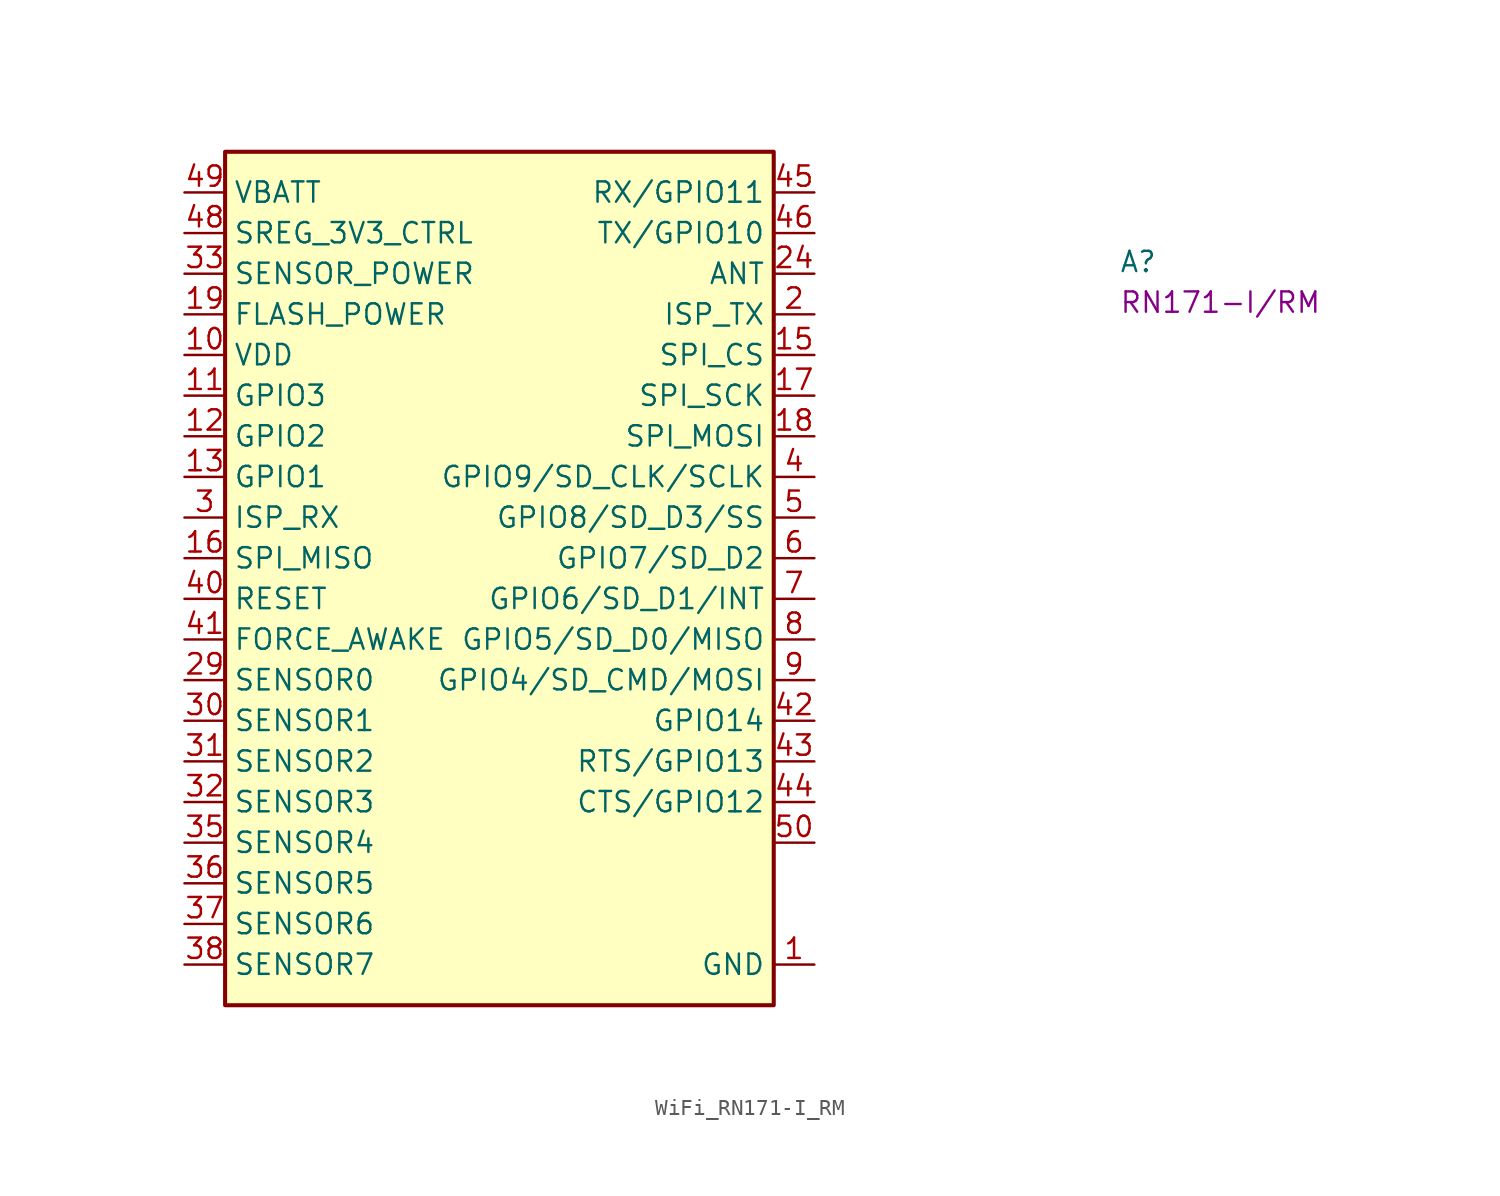
<source format=kicad_sym>
(kicad_symbol_lib
  (version 20220914)
  (generator kicad_symbol_editor)
  (symbol "WiFi_RN171-I_RM"
    (property "Reference" "A"
      (at 58.42 -5.08 0)
      (effects (font (size 1.27 1.27) (thickness 0.15)) (justify left bottom)))
    (property "MPN" "RN171-I/RM"
      (at 58.42 -7.62 0)
      (effects (font (size 1.27 1.27) (thickness 0.15)) (justify left bottom)))
    (symbol "WiFi_RN171-I_RM_1_1"
      (rectangle (start 2.54 2.54) (end 36.83 -50.8) (stroke (width 0.254) (type default)) (fill (type background)))
      (pin power_in line (at 39.37 -48.26 180) (length 2.54) (name "GND" (effects (font (size 1.27 1.27)))) (number "1" (effects (font (size 1.27 1.27)))))
      (pin power_in line (at 0 -10.16 0) (length 2.54) (name "VDD" (effects (font (size 1.27 1.27)))) (number "10" (effects (font (size 1.27 1.27)))))
      (pin bidirectional line (at 0 -12.7 0) (length 2.54) (name "GPIO3" (effects (font (size 1.27 1.27)))) (number "11" (effects (font (size 1.27 1.27)))))
      (pin bidirectional line (at 0 -15.24 0) (length 2.54) (name "GPIO2" (effects (font (size 1.27 1.27)))) (number "12" (effects (font (size 1.27 1.27)))))
      (pin bidirectional line (at 0 -17.78 0) (length 2.54) (name "GPIO1" (effects (font (size 1.27 1.27)))) (number "13" (effects (font (size 1.27 1.27)))))
      (pin passive line (at 39.37 -48.26 180) (length 2.54) hide (name "GND" (effects (font (size 1.27 1.27)))) (number "14" (effects (font (size 1.27 1.27)))))
      (pin output line (at 39.37 -10.16 180) (length 2.54) (name "SPI_CS" (effects (font (size 1.27 1.27)))) (number "15" (effects (font (size 1.27 1.27)))))
      (pin input line (at 0 -22.86 0) (length 2.54) (name "SPI_MISO" (effects (font (size 1.27 1.27)))) (number "16" (effects (font (size 1.27 1.27)))))
      (pin output line (at 39.37 -12.7 180) (length 2.54) (name "SPI_SCK" (effects (font (size 1.27 1.27)))) (number "17" (effects (font (size 1.27 1.27)))))
      (pin output line (at 39.37 -15.24 180) (length 2.54) (name "SPI_MOSI" (effects (font (size 1.27 1.27)))) (number "18" (effects (font (size 1.27 1.27)))))
      (pin power_in line (at 0 -7.62 0) (length 2.54) (name "FLASH_POWER" (effects (font (size 1.27 1.27)))) (number "19" (effects (font (size 1.27 1.27)))))
      (pin output line (at 39.37 -7.62 180) (length 2.54) (name "ISP_TX" (effects (font (size 1.27 1.27)))) (number "2" (effects (font (size 1.27 1.27)))))
      (pin passive line (at 39.37 -48.26 180) (length 2.54) hide (name "GND" (effects (font (size 1.27 1.27)))) (number "20" (effects (font (size 1.27 1.27)))))
      (pin passive line (at 39.37 -48.26 180) (length 2.54) hide (name "GND" (effects (font (size 1.27 1.27)))) (number "21" (effects (font (size 1.27 1.27)))))
      (pin passive line (at 39.37 -48.26 180) (length 2.54) hide (name "GND" (effects (font (size 1.27 1.27)))) (number "22" (effects (font (size 1.27 1.27)))))
      (pin passive line (at 39.37 -48.26 180) (length 2.54) hide (name "GND" (effects (font (size 1.27 1.27)))) (number "23" (effects (font (size 1.27 1.27)))))
      (pin bidirectional line (at 39.37 -5.08 180) (length 2.54) (name "ANT" (effects (font (size 1.27 1.27)))) (number "24" (effects (font (size 1.27 1.27)))))
      (pin passive line (at 39.37 -48.26 180) (length 2.54) hide (name "GND" (effects (font (size 1.27 1.27)))) (number "25" (effects (font (size 1.27 1.27)))))
      (pin passive line (at 39.37 -48.26 180) (length 2.54) hide (name "GND" (effects (font (size 1.27 1.27)))) (number "26" (effects (font (size 1.27 1.27)))))
      (pin passive line (at 39.37 -48.26 180) (length 2.54) hide (name "GND" (effects (font (size 1.27 1.27)))) (number "27" (effects (font (size 1.27 1.27)))))
      (pin passive line (at 39.37 -48.26 180) (length 2.54) hide (name "GND" (effects (font (size 1.27 1.27)))) (number "28" (effects (font (size 1.27 1.27)))))
      (pin input line (at 0 -30.48 0) (length 2.54) (name "SENSOR0" (effects (font (size 1.27 1.27)))) (number "29" (effects (font (size 1.27 1.27)))))
      (pin input line (at 0 -20.32 0) (length 2.54) (name "ISP_RX" (effects (font (size 1.27 1.27)))) (number "3" (effects (font (size 1.27 1.27)))))
      (pin input line (at 0 -33.02 0) (length 2.54) (name "SENSOR1" (effects (font (size 1.27 1.27)))) (number "30" (effects (font (size 1.27 1.27)))))
      (pin input line (at 0 -35.56 0) (length 2.54) (name "SENSOR2" (effects (font (size 1.27 1.27)))) (number "31" (effects (font (size 1.27 1.27)))))
      (pin input line (at 0 -38.1 0) (length 2.54) (name "SENSOR3" (effects (font (size 1.27 1.27)))) (number "32" (effects (font (size 1.27 1.27)))))
      (pin power_in line (at 0 -5.08 0) (length 2.54) (name "SENSOR_POWER" (effects (font (size 1.27 1.27)))) (number "33" (effects (font (size 1.27 1.27)))))
      (pin passive line (at 0 -10.16 0) (length 2.54) hide (name "VDD" (effects (font (size 1.27 1.27)))) (number "34" (effects (font (size 1.27 1.27)))))
      (pin input line (at 0 -40.64 0) (length 2.54) (name "SENSOR4" (effects (font (size 1.27 1.27)))) (number "35" (effects (font (size 1.27 1.27)))))
      (pin input line (at 0 -43.18 0) (length 2.54) (name "SENSOR5" (effects (font (size 1.27 1.27)))) (number "36" (effects (font (size 1.27 1.27)))))
      (pin input line (at 0 -45.72 0) (length 2.54) (name "SENSOR6" (effects (font (size 1.27 1.27)))) (number "37" (effects (font (size 1.27 1.27)))))
      (pin input line (at 0 -48.26 0) (length 2.54) (name "SENSOR7" (effects (font (size 1.27 1.27)))) (number "38" (effects (font (size 1.27 1.27)))))
      (pin passive line (at 39.37 -48.26 180) (length 2.54) hide (name "GND" (effects (font (size 1.27 1.27)))) (number "39" (effects (font (size 1.27 1.27)))))
      (pin bidirectional line (at 39.37 -17.78 180) (length 2.54) (name "GPIO9/SD_CLK/SCLK" (effects (font (size 1.27 1.27)))) (number "4" (effects (font (size 1.27 1.27)))))
      (pin input line (at 0 -25.4 0) (length 2.54) (name "RESET" (effects (font (size 1.27 1.27)))) (number "40" (effects (font (size 1.27 1.27)))))
      (pin input line (at 0 -27.94 0) (length 2.54) (name "FORCE_AWAKE" (effects (font (size 1.27 1.27)))) (number "41" (effects (font (size 1.27 1.27)))))
      (pin bidirectional line (at 39.37 -33.02 180) (length 2.54) (name "GPIO14" (effects (font (size 1.27 1.27)))) (number "42" (effects (font (size 1.27 1.27)))))
      (pin bidirectional line (at 39.37 -35.56 180) (length 2.54) (name "RTS/GPIO13" (effects (font (size 1.27 1.27)))) (number "43" (effects (font (size 1.27 1.27)))))
      (pin bidirectional line (at 39.37 -38.1 180) (length 2.54) (name "CTS/GPIO12" (effects (font (size 1.27 1.27)))) (number "44" (effects (font (size 1.27 1.27)))))
      (pin bidirectional line (at 39.37 0 180) (length 2.54) (name "RX/GPIO11" (effects (font (size 1.27 1.27)))) (number "45" (effects (font (size 1.27 1.27)))))
      (pin bidirectional line (at 39.37 -2.54 180) (length 2.54) (name "TX/GPIO10" (effects (font (size 1.27 1.27)))) (number "46" (effects (font (size 1.27 1.27)))))
      (pin passive line (at 39.37 -48.26 180) (length 2.54) hide (name "GND" (effects (font (size 1.27 1.27)))) (number "47" (effects (font (size 1.27 1.27)))))
      (pin power_in line (at 0 -2.54 0) (length 2.54) (name "SREG_3V3_CTRL" (effects (font (size 1.27 1.27)))) (number "48" (effects (font (size 1.27 1.27)))))
      (pin power_in line (at 0 0 0) (length 2.54) (name "VBATT" (effects (font (size 1.27 1.27)))) (number "49" (effects (font (size 1.27 1.27)))))
      (pin bidirectional line (at 39.37 -20.32 180) (length 2.54) (name "GPIO8/SD_D3/SS" (effects (font (size 1.27 1.27)))) (number "5" (effects (font (size 1.27 1.27)))))
      (pin unspecified line (at 39.37 -40.64 180) (length 2.54) (name "~" (effects (font (size 1.27 1.27)))) (number "50" (effects (font (size 1.27 1.27)))))
      (pin bidirectional line (at 39.37 -22.86 180) (length 2.54) (name "GPIO7/SD_D2" (effects (font (size 1.27 1.27)))) (number "6" (effects (font (size 1.27 1.27)))))
      (pin bidirectional line (at 39.37 -25.4 180) (length 2.54) (name "GPIO6/SD_D1/INT" (effects (font (size 1.27 1.27)))) (number "7" (effects (font (size 1.27 1.27)))))
      (pin bidirectional line (at 39.37 -27.94 180) (length 2.54) (name "GPIO5/SD_D0/MISO" (effects (font (size 1.27 1.27)))) (number "8" (effects (font (size 1.27 1.27)))))
      (pin bidirectional line (at 39.37 -30.48 180) (length 2.54) (name "GPIO4/SD_CMD/MOSI" (effects (font (size 1.27 1.27)))) (number "9" (effects (font (size 1.27 1.27))))))))
</source>
